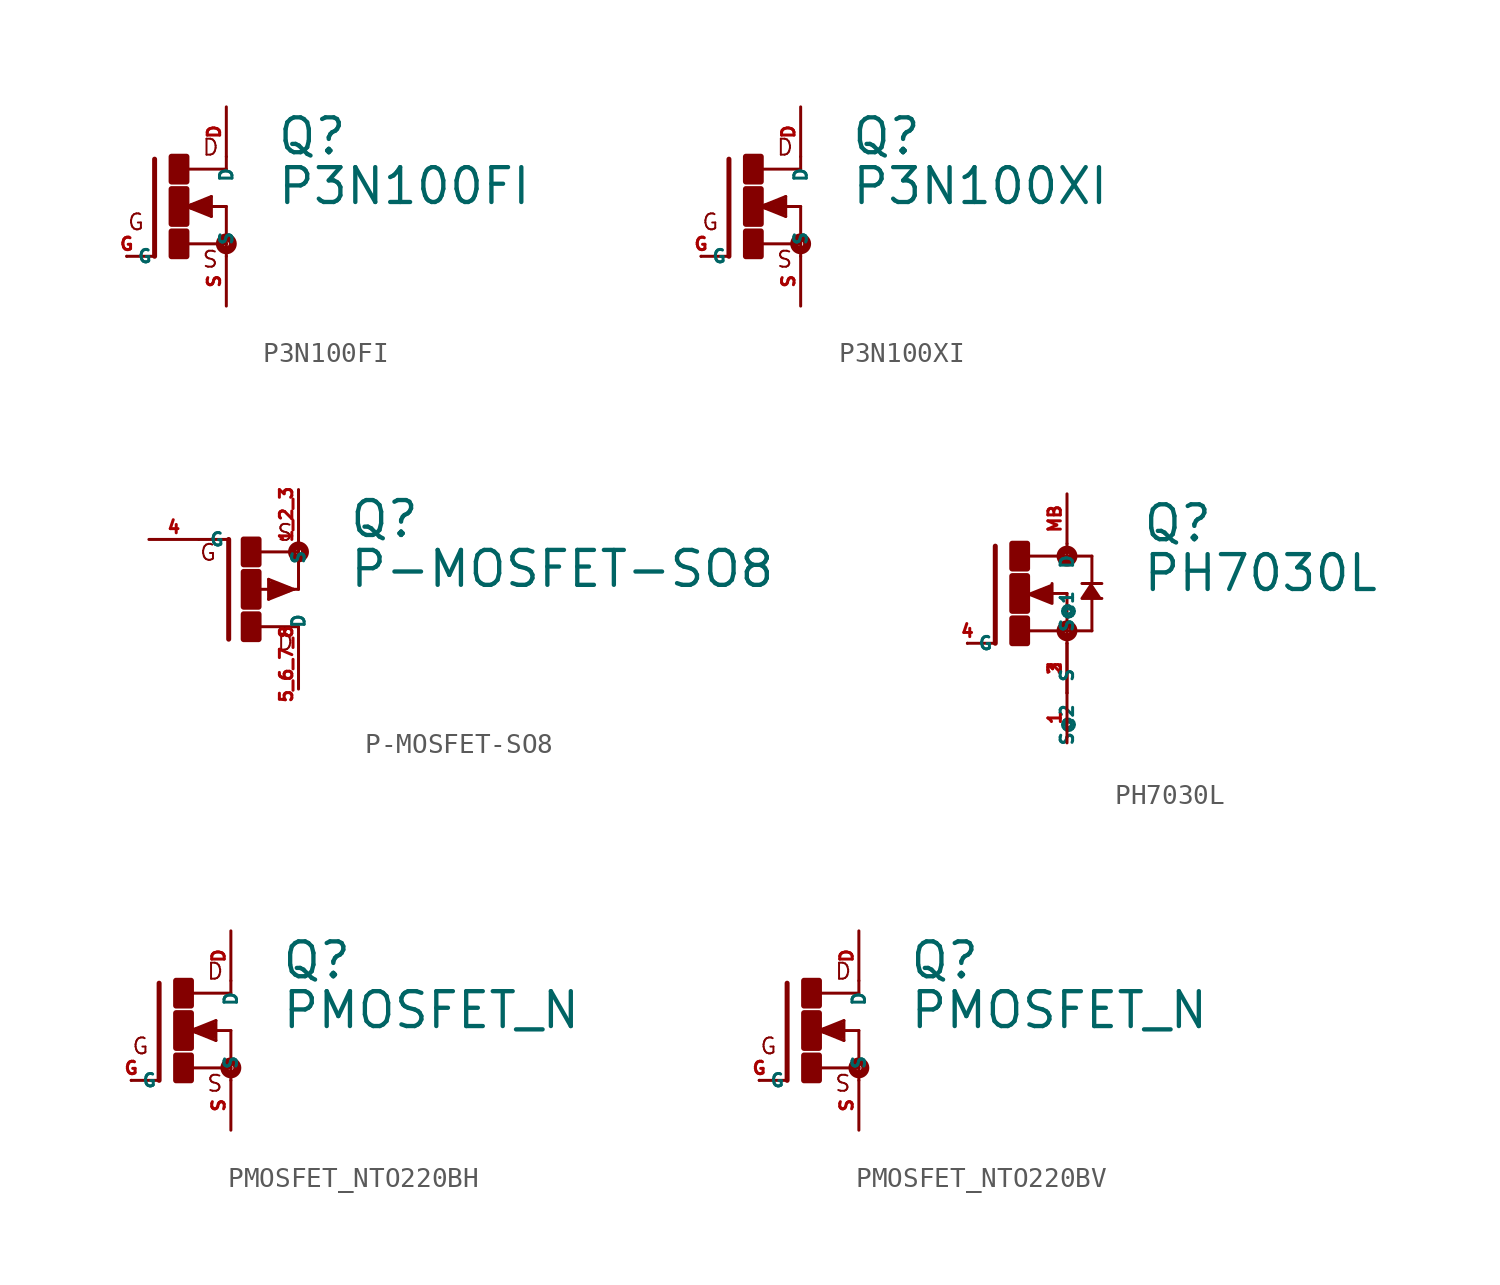
<source format=kicad_sym>
(kicad_symbol_lib
  (version 20220914)
  (generator Eagle2Kicad)
  (symbol "P3N100FI"
    (property "Reference" "Q"
      (at 5.08 2.54 0)
      (effects (font (size 1.778 1.778) (thickness 0.22)) (justify left bottom)))
    (property "Value" "P3N100FI"
      (at 5.08 0 0)
      (effects (font (size 1.778 1.778) (thickness 0.22)) (justify left bottom)))
    (polyline
      (pts (xy -1.118 2.413) (xy -1.118 -2.54))
      (stroke (width 0.254) (type default))
      (fill (type none)))
    (polyline
      (pts (xy -1.118 -2.54) (xy -2.54 -2.54))
      (stroke (width 0.152) (type default))
      (fill (type none)))
    (polyline
      (pts (xy 2.54 1.905) (xy 0.533 1.905))
      (stroke (width 0.152) (type default))
      (fill (type none)))
    (polyline
      (pts (xy 2.54 2.54) (xy 2.54 1.905))
      (stroke (width 0.152) (type default))
      (fill (type none)))
    (polyline
      (pts (xy 2.54 0) (xy 2.54 -1.905))
      (stroke (width 0.152) (type default))
      (fill (type none)))
    (polyline
      (pts (xy 0.508 -1.905) (xy 2.54 -1.905))
      (stroke (width 0.152) (type default))
      (fill (type none)))
    (polyline
      (pts (xy 2.54 -1.905) (xy 2.54 -2.54))
      (stroke (width 0.152) (type default))
      (fill (type none)))
    (polyline
      (pts (xy 0.508 0) (xy 1.778 -0.508))
      (stroke (width 0.152) (type default))
      (fill (type none)))
    (polyline
      (pts (xy 1.778 -0.508) (xy 1.778 0.508))
      (stroke (width 0.152) (type default))
      (fill (type none)))
    (polyline
      (pts (xy 1.778 0.508) (xy 0.508 0))
      (stroke (width 0.152) (type default))
      (fill (type none)))
    (polyline
      (pts (xy 1.651 0) (xy 2.54 0))
      (stroke (width 0.152) (type default))
      (fill (type none)))
    (polyline
      (pts (xy 1.651 0.254) (xy 0.762 0))
      (stroke (width 0.305) (type default))
      (fill (type none)))
    (polyline
      (pts (xy 0.762 0) (xy 1.651 -0.254))
      (stroke (width 0.305) (type default))
      (fill (type none)))
    (polyline
      (pts (xy 1.651 -0.254) (xy 1.651 0))
      (stroke (width 0.305) (type default))
      (fill (type none)))
    (polyline
      (pts (xy 1.651 0) (xy 1.397 0))
      (stroke (width 0.305) (type default))
      (fill (type none)))
    (text "D"
      (at 1.27 2.54 0)
      (effects (font (size 0.813 0.813) (thickness 0.10)) (justify left bottom)))
    (text "S"
      (at 1.27 -3.175 0)
      (effects (font (size 0.813 0.813) (thickness 0.10)) (justify left bottom)))
    (text "G"
      (at -2.54 -1.27 0)
      (effects (font (size 0.813 0.813) (thickness 0.10)) (justify left bottom)))
    (circle
      (center 2.54 -1.905)
      (radius 0.127)
      (stroke (width 0.406) (type default))
      (fill (type none)))
    (rectangle
      (start -0.254 -2.54)
      (end 0.508 -1.27)
      (stroke (width 0.3) (type default))
      (fill (type outline)))
    (rectangle
      (start -0.254 1.27)
      (end 0.508 2.54)
      (stroke (width 0.3) (type default))
      (fill (type outline)))
    (rectangle
      (start -0.254 -0.889)
      (end 0.508 0.889)
      (stroke (width 0.3) (type default))
      (fill (type outline)))
    (pin passive line
      (at -2.54 -2.54 0)
      (length 0)
      (name "G" (effects (font (size 0.635 0.635) (thickness 0.08)) (justify left bottom)))
      (number "G" (effects (font (size 0.635 0.635) (thickness 0.08)) (justify left bottom))))
    (pin passive line
      (at 2.54 5.08 270)
      (length 2.54)
      (name "D" (effects (font (size 0.635 0.635) (thickness 0.08)) (justify left bottom)))
      (number "D" (effects (font (size 0.635 0.635) (thickness 0.08)) (justify left bottom))))
    (pin passive line
      (at 2.54 -5.08 90)
      (length 2.54)
      (name "S" (effects (font (size 0.635 0.635) (thickness 0.08)) (justify left bottom)))
      (number "S" (effects (font (size 0.635 0.635) (thickness 0.08)) (justify left bottom)))))
  (symbol "P3N100XI"
    (property "Reference" "Q"
      (at 5.08 2.54 0)
      (effects (font (size 1.778 1.778) (thickness 0.22)) (justify left bottom)))
    (property "Value" "P3N100XI"
      (at 5.08 0 0)
      (effects (font (size 1.778 1.778) (thickness 0.22)) (justify left bottom)))
    (polyline
      (pts (xy -1.118 2.413) (xy -1.118 -2.54))
      (stroke (width 0.254) (type default))
      (fill (type none)))
    (polyline
      (pts (xy -1.118 -2.54) (xy -2.54 -2.54))
      (stroke (width 0.152) (type default))
      (fill (type none)))
    (polyline
      (pts (xy 2.54 1.905) (xy 0.533 1.905))
      (stroke (width 0.152) (type default))
      (fill (type none)))
    (polyline
      (pts (xy 2.54 2.54) (xy 2.54 1.905))
      (stroke (width 0.152) (type default))
      (fill (type none)))
    (polyline
      (pts (xy 2.54 0) (xy 2.54 -1.905))
      (stroke (width 0.152) (type default))
      (fill (type none)))
    (polyline
      (pts (xy 0.508 -1.905) (xy 2.54 -1.905))
      (stroke (width 0.152) (type default))
      (fill (type none)))
    (polyline
      (pts (xy 2.54 -1.905) (xy 2.54 -2.54))
      (stroke (width 0.152) (type default))
      (fill (type none)))
    (polyline
      (pts (xy 0.508 0) (xy 1.778 -0.508))
      (stroke (width 0.152) (type default))
      (fill (type none)))
    (polyline
      (pts (xy 1.778 -0.508) (xy 1.778 0.508))
      (stroke (width 0.152) (type default))
      (fill (type none)))
    (polyline
      (pts (xy 1.778 0.508) (xy 0.508 0))
      (stroke (width 0.152) (type default))
      (fill (type none)))
    (polyline
      (pts (xy 1.651 0) (xy 2.54 0))
      (stroke (width 0.152) (type default))
      (fill (type none)))
    (polyline
      (pts (xy 1.651 0.254) (xy 0.762 0))
      (stroke (width 0.305) (type default))
      (fill (type none)))
    (polyline
      (pts (xy 0.762 0) (xy 1.651 -0.254))
      (stroke (width 0.305) (type default))
      (fill (type none)))
    (polyline
      (pts (xy 1.651 -0.254) (xy 1.651 0))
      (stroke (width 0.305) (type default))
      (fill (type none)))
    (polyline
      (pts (xy 1.651 0) (xy 1.397 0))
      (stroke (width 0.305) (type default))
      (fill (type none)))
    (text "D"
      (at 1.27 2.54 0)
      (effects (font (size 0.813 0.813) (thickness 0.10)) (justify left bottom)))
    (text "S"
      (at 1.27 -3.175 0)
      (effects (font (size 0.813 0.813) (thickness 0.10)) (justify left bottom)))
    (text "G"
      (at -2.54 -1.27 0)
      (effects (font (size 0.813 0.813) (thickness 0.10)) (justify left bottom)))
    (circle
      (center 2.54 -1.905)
      (radius 0.127)
      (stroke (width 0.406) (type default))
      (fill (type none)))
    (rectangle
      (start -0.254 -2.54)
      (end 0.508 -1.27)
      (stroke (width 0.3) (type default))
      (fill (type outline)))
    (rectangle
      (start -0.254 1.27)
      (end 0.508 2.54)
      (stroke (width 0.3) (type default))
      (fill (type outline)))
    (rectangle
      (start -0.254 -0.889)
      (end 0.508 0.889)
      (stroke (width 0.3) (type default))
      (fill (type outline)))
    (pin passive line
      (at -2.54 -2.54 0)
      (length 0)
      (name "G" (effects (font (size 0.635 0.635) (thickness 0.08)) (justify left bottom)))
      (number "G" (effects (font (size 0.635 0.635) (thickness 0.08)) (justify left bottom))))
    (pin passive line
      (at 2.54 5.08 270)
      (length 2.54)
      (name "D" (effects (font (size 0.635 0.635) (thickness 0.08)) (justify left bottom)))
      (number "D" (effects (font (size 0.635 0.635) (thickness 0.08)) (justify left bottom))))
    (pin passive line
      (at 2.54 -5.08 90)
      (length 2.54)
      (name "S" (effects (font (size 0.635 0.635) (thickness 0.08)) (justify left bottom)))
      (number "S" (effects (font (size 0.635 0.635) (thickness 0.08)) (justify left bottom)))))
  (symbol "P-MOSFET-SO8"
    (property "Reference" "Q"
      (at 5.08 2.54 0)
      (effects (font (size 1.778 1.778) (thickness 0.22)) (justify left bottom)))
    (property "Value" "P-MOSFET-SO8"
      (at 5.08 0 0)
      (effects (font (size 1.778 1.778) (thickness 0.22)) (justify left bottom)))
    (polyline
      (pts (xy -1.016 2.54) (xy -1.016 -2.54))
      (stroke (width 0.254) (type default))
      (fill (type none)))
    (polyline
      (pts (xy 2.54 -1.905) (xy 0.533 -1.905))
      (stroke (width 0.152) (type default))
      (fill (type none)))
    (polyline
      (pts (xy 2.54 -2.54) (xy 2.54 -1.905))
      (stroke (width 0.152) (type default))
      (fill (type none)))
    (polyline
      (pts (xy 2.235 0) (xy 2.286 0))
      (stroke (width 0.152) (type default))
      (fill (type none)))
    (polyline
      (pts (xy 2.286 0) (xy 2.54 0))
      (stroke (width 0.152) (type default))
      (fill (type none)))
    (polyline
      (pts (xy 2.54 2.54) (xy 2.54 1.905))
      (stroke (width 0.152) (type default))
      (fill (type none)))
    (polyline
      (pts (xy 2.54 1.905) (xy 0.508 1.905))
      (stroke (width 0.152) (type default))
      (fill (type none)))
    (polyline
      (pts (xy -1.016 2.54) (xy -2.54 2.54))
      (stroke (width 0.152) (type default))
      (fill (type none)))
    (polyline
      (pts (xy 2.286 0) (xy 1.016 -0.508))
      (stroke (width 0.152) (type default))
      (fill (type none)))
    (polyline
      (pts (xy 1.016 -0.508) (xy 1.016 0.508))
      (stroke (width 0.152) (type default))
      (fill (type none)))
    (polyline
      (pts (xy 1.016 0.508) (xy 2.286 0))
      (stroke (width 0.152) (type default))
      (fill (type none)))
    (polyline
      (pts (xy 1.143 0) (xy 0.254 0))
      (stroke (width 0.152) (type default))
      (fill (type none)))
    (polyline
      (pts (xy 1.143 0.254) (xy 2.032 0))
      (stroke (width 0.305) (type default))
      (fill (type none)))
    (polyline
      (pts (xy 2.032 0) (xy 1.143 -0.254))
      (stroke (width 0.305) (type default))
      (fill (type none)))
    (polyline
      (pts (xy 1.143 -0.254) (xy 1.143 0))
      (stroke (width 0.305) (type default))
      (fill (type none)))
    (polyline
      (pts (xy 1.143 0) (xy 1.397 0))
      (stroke (width 0.305) (type default))
      (fill (type none)))
    (polyline
      (pts (xy 2.54 0) (xy 2.54 1.905))
      (stroke (width 0.152) (type default))
      (fill (type none)))
    (text "D"
      (at 1.397 -3.175 0)
      (effects (font (size 0.813 0.813) (thickness 0.10)) (justify left bottom)))
    (text "S"
      (at 1.397 2.413 0)
      (effects (font (size 0.813 0.813) (thickness 0.10)) (justify left bottom)))
    (text "G"
      (at -2.54 1.397 0)
      (effects (font (size 0.813 0.813) (thickness 0.10)) (justify left bottom)))
    (circle
      (center 2.54 1.905)
      (radius 0.127)
      (stroke (width 0.406) (type default))
      (fill (type none)))
    (rectangle
      (start -0.254 1.27)
      (end 0.508 2.54)
      (stroke (width 0.3) (type default))
      (fill (type outline)))
    (rectangle
      (start -0.254 -2.54)
      (end 0.508 -1.27)
      (stroke (width 0.3) (type default))
      (fill (type outline)))
    (rectangle
      (start -0.254 -0.889)
      (end 0.508 0.889)
      (stroke (width 0.3) (type default))
      (fill (type outline)))
    (pin passive line
      (at -5.08 2.54 0)
      (length 2.54)
      (name "G" (effects (font (size 0.635 0.635) (thickness 0.08)) (justify left bottom)))
      (number "4" (effects (font (size 0.635 0.635) (thickness 0.08)) (justify left bottom))))
    (pin passive line
      (at 2.54 -5.08 90)
      (length 2.54)
      (name "D" (effects (font (size 0.635 0.635) (thickness 0.08)) (justify left bottom)))
      (number "5 6 7 8" (effects (font (size 0.635 0.635) (thickness 0.08)) (justify left bottom))))
    (pin passive line
      (at 2.54 5.08 270)
      (length 2.54)
      (name "S" (effects (font (size 0.635 0.635) (thickness 0.08)) (justify left bottom)))
      (number "1 2 3" (effects (font (size 0.635 0.635) (thickness 0.08)) (justify left bottom)))))
  (symbol "PH7030L"
    (property "Reference" "Q"
      (at 6.35 2.54 0)
      (effects (font (size 1.778 1.778) (thickness 0.22)) (justify left bottom)))
    (property "Value" "PH7030L"
      (at 6.35 0 0)
      (effects (font (size 1.778 1.778) (thickness 0.22)) (justify left bottom)))
    (polyline
      (pts (xy 0.508 0) (xy 1.778 -0.508) (xy 1.778 0.508))
      (stroke (width 0.152) (type default))
      (fill (type outline)))
    (polyline
      (pts (xy 3.81 0.508) (xy 3.302 -0.254) (xy 4.318 -0.254))
      (stroke (width 0.152) (type default))
      (fill (type outline)))
    (polyline
      (pts (xy -1.118 2.413) (xy -1.118 -2.54))
      (stroke (width 0.254) (type default))
      (fill (type none)))
    (polyline
      (pts (xy -1.118 -2.54) (xy -2.54 -2.54))
      (stroke (width 0.152) (type default))
      (fill (type none)))
    (polyline
      (pts (xy 2.54 2.54) (xy 2.54 1.905))
      (stroke (width 0.152) (type default))
      (fill (type none)))
    (polyline
      (pts (xy 2.54 0) (xy 2.54 -1.905))
      (stroke (width 0.152) (type default))
      (fill (type none)))
    (polyline
      (pts (xy 0.508 -1.905) (xy 2.54 -1.905))
      (stroke (width 0.152) (type default))
      (fill (type none)))
    (polyline
      (pts (xy 2.54 -1.905) (xy 2.54 -2.54))
      (stroke (width 0.152) (type default))
      (fill (type none)))
    (polyline
      (pts (xy 1.651 0) (xy 2.54 0))
      (stroke (width 0.152) (type default))
      (fill (type none)))
    (polyline
      (pts (xy 3.302 0.508) (xy 3.81 0.508))
      (stroke (width 0.152) (type default))
      (fill (type none)))
    (polyline
      (pts (xy 3.81 0.508) (xy 4.318 0.508))
      (stroke (width 0.152) (type default))
      (fill (type none)))
    (polyline
      (pts (xy 3.81 1.905) (xy 2.54 1.905))
      (stroke (width 0.152) (type default))
      (fill (type none)))
    (polyline
      (pts (xy 2.54 1.905) (xy 0.533 1.905))
      (stroke (width 0.152) (type default))
      (fill (type none)))
    (polyline
      (pts (xy 3.81 0.508) (xy 3.81 1.905))
      (stroke (width 0.152) (type default))
      (fill (type none)))
    (polyline
      (pts (xy 3.81 -1.905) (xy 3.81 -0.127))
      (stroke (width 0.152) (type default))
      (fill (type none)))
    (polyline
      (pts (xy 3.81 -1.905) (xy 2.54 -1.905))
      (stroke (width 0.152) (type default))
      (fill (type none)))
    (circle
      (center 2.54 -1.905)
      (radius 0.127)
      (stroke (width 0.406) (type default))
      (fill (type none)))
    (circle
      (center 2.54 1.905)
      (radius 0.127)
      (stroke (width 0.406) (type default))
      (fill (type none)))
    (rectangle
      (start -0.254 -2.54)
      (end 0.508 -1.27)
      (stroke (width 0.3) (type default))
      (fill (type outline)))
    (rectangle
      (start -0.254 1.27)
      (end 0.508 2.54)
      (stroke (width 0.3) (type default))
      (fill (type outline)))
    (rectangle
      (start -0.254 -0.889)
      (end 0.508 0.889)
      (stroke (width 0.3) (type default))
      (fill (type outline)))
    (pin passive line
      (at -2.54 -2.54 0)
      (length 0)
      (name "G" (effects (font (size 0.635 0.635) (thickness 0.08)) (justify left bottom)))
      (number "4" (effects (font (size 0.635 0.635) (thickness 0.08)) (justify left bottom))))
    (pin passive line
      (at 2.54 5.08 270)
      (length 2.54)
      (name "D" (effects (font (size 0.635 0.635) (thickness 0.08)) (justify left bottom)))
      (number "MB" (effects (font (size 0.635 0.635) (thickness 0.08)) (justify left bottom))))
    (pin passive line
      (at 2.54 -7.62 90)
      (length 2.54)
      (name "S" (effects (font (size 0.635 0.635) (thickness 0.08)) (justify left bottom)))
      (number "1" (effects (font (size 0.635 0.635) (thickness 0.08)) (justify left bottom))))
    (pin passive line
      (at 2.54 -5.08 90)
      (length 2.54)
      (name "S@1" (effects (font (size 0.635 0.635) (thickness 0.08)) (justify left bottom)))
      (number "2" (effects (font (size 0.635 0.635) (thickness 0.08)) (justify left bottom))))
    (pin passive line
      (at 2.54 -2.54 270)
      (length 2.54)
      (name "S@2" (effects (font (size 0.635 0.635) (thickness 0.08)) (justify left bottom)))
      (number "3" (effects (font (size 0.635 0.635) (thickness 0.08)) (justify left bottom)))))
  (symbol "PMOSFET_NTO220BH"
    (property "Reference" "Q"
      (at 5.08 2.54 0)
      (effects (font (size 1.778 1.778) (thickness 0.22)) (justify left bottom)))
    (property "Value" "PMOSFET_N"
      (at 5.08 0 0)
      (effects (font (size 1.778 1.778) (thickness 0.22)) (justify left bottom)))
    (polyline
      (pts (xy -1.118 2.413) (xy -1.118 -2.54))
      (stroke (width 0.254) (type default))
      (fill (type none)))
    (polyline
      (pts (xy -1.118 -2.54) (xy -2.54 -2.54))
      (stroke (width 0.152) (type default))
      (fill (type none)))
    (polyline
      (pts (xy 2.54 1.905) (xy 0.533 1.905))
      (stroke (width 0.152) (type default))
      (fill (type none)))
    (polyline
      (pts (xy 2.54 2.54) (xy 2.54 1.905))
      (stroke (width 0.152) (type default))
      (fill (type none)))
    (polyline
      (pts (xy 2.54 0) (xy 2.54 -1.905))
      (stroke (width 0.152) (type default))
      (fill (type none)))
    (polyline
      (pts (xy 0.508 -1.905) (xy 2.54 -1.905))
      (stroke (width 0.152) (type default))
      (fill (type none)))
    (polyline
      (pts (xy 2.54 -1.905) (xy 2.54 -2.54))
      (stroke (width 0.152) (type default))
      (fill (type none)))
    (polyline
      (pts (xy 0.508 0) (xy 1.778 -0.508))
      (stroke (width 0.152) (type default))
      (fill (type none)))
    (polyline
      (pts (xy 1.778 -0.508) (xy 1.778 0.508))
      (stroke (width 0.152) (type default))
      (fill (type none)))
    (polyline
      (pts (xy 1.778 0.508) (xy 0.508 0))
      (stroke (width 0.152) (type default))
      (fill (type none)))
    (polyline
      (pts (xy 1.651 0) (xy 2.54 0))
      (stroke (width 0.152) (type default))
      (fill (type none)))
    (polyline
      (pts (xy 1.651 0.254) (xy 0.762 0))
      (stroke (width 0.305) (type default))
      (fill (type none)))
    (polyline
      (pts (xy 0.762 0) (xy 1.651 -0.254))
      (stroke (width 0.305) (type default))
      (fill (type none)))
    (polyline
      (pts (xy 1.651 -0.254) (xy 1.651 0))
      (stroke (width 0.305) (type default))
      (fill (type none)))
    (polyline
      (pts (xy 1.651 0) (xy 1.397 0))
      (stroke (width 0.305) (type default))
      (fill (type none)))
    (text "D"
      (at 1.27 2.54 0)
      (effects (font (size 0.813 0.813) (thickness 0.10)) (justify left bottom)))
    (text "S"
      (at 1.27 -3.175 0)
      (effects (font (size 0.813 0.813) (thickness 0.10)) (justify left bottom)))
    (text "G"
      (at -2.54 -1.27 0)
      (effects (font (size 0.813 0.813) (thickness 0.10)) (justify left bottom)))
    (circle
      (center 2.54 -1.905)
      (radius 0.127)
      (stroke (width 0.406) (type default))
      (fill (type none)))
    (rectangle
      (start -0.254 -2.54)
      (end 0.508 -1.27)
      (stroke (width 0.3) (type default))
      (fill (type outline)))
    (rectangle
      (start -0.254 1.27)
      (end 0.508 2.54)
      (stroke (width 0.3) (type default))
      (fill (type outline)))
    (rectangle
      (start -0.254 -0.889)
      (end 0.508 0.889)
      (stroke (width 0.3) (type default))
      (fill (type outline)))
    (pin passive line
      (at -2.54 -2.54 0)
      (length 0)
      (name "G" (effects (font (size 0.635 0.635) (thickness 0.08)) (justify left bottom)))
      (number "G" (effects (font (size 0.635 0.635) (thickness 0.08)) (justify left bottom))))
    (pin passive line
      (at 2.54 5.08 270)
      (length 2.54)
      (name "D" (effects (font (size 0.635 0.635) (thickness 0.08)) (justify left bottom)))
      (number "D" (effects (font (size 0.635 0.635) (thickness 0.08)) (justify left bottom))))
    (pin passive line
      (at 2.54 -5.08 90)
      (length 2.54)
      (name "S" (effects (font (size 0.635 0.635) (thickness 0.08)) (justify left bottom)))
      (number "S" (effects (font (size 0.635 0.635) (thickness 0.08)) (justify left bottom)))))
  (symbol "PMOSFET_NTO220BV"
    (property "Reference" "Q"
      (at 5.08 2.54 0)
      (effects (font (size 1.778 1.778) (thickness 0.22)) (justify left bottom)))
    (property "Value" "PMOSFET_N"
      (at 5.08 0 0)
      (effects (font (size 1.778 1.778) (thickness 0.22)) (justify left bottom)))
    (polyline
      (pts (xy -1.118 2.413) (xy -1.118 -2.54))
      (stroke (width 0.254) (type default))
      (fill (type none)))
    (polyline
      (pts (xy -1.118 -2.54) (xy -2.54 -2.54))
      (stroke (width 0.152) (type default))
      (fill (type none)))
    (polyline
      (pts (xy 2.54 1.905) (xy 0.533 1.905))
      (stroke (width 0.152) (type default))
      (fill (type none)))
    (polyline
      (pts (xy 2.54 2.54) (xy 2.54 1.905))
      (stroke (width 0.152) (type default))
      (fill (type none)))
    (polyline
      (pts (xy 2.54 0) (xy 2.54 -1.905))
      (stroke (width 0.152) (type default))
      (fill (type none)))
    (polyline
      (pts (xy 0.508 -1.905) (xy 2.54 -1.905))
      (stroke (width 0.152) (type default))
      (fill (type none)))
    (polyline
      (pts (xy 2.54 -1.905) (xy 2.54 -2.54))
      (stroke (width 0.152) (type default))
      (fill (type none)))
    (polyline
      (pts (xy 0.508 0) (xy 1.778 -0.508))
      (stroke (width 0.152) (type default))
      (fill (type none)))
    (polyline
      (pts (xy 1.778 -0.508) (xy 1.778 0.508))
      (stroke (width 0.152) (type default))
      (fill (type none)))
    (polyline
      (pts (xy 1.778 0.508) (xy 0.508 0))
      (stroke (width 0.152) (type default))
      (fill (type none)))
    (polyline
      (pts (xy 1.651 0) (xy 2.54 0))
      (stroke (width 0.152) (type default))
      (fill (type none)))
    (polyline
      (pts (xy 1.651 0.254) (xy 0.762 0))
      (stroke (width 0.305) (type default))
      (fill (type none)))
    (polyline
      (pts (xy 0.762 0) (xy 1.651 -0.254))
      (stroke (width 0.305) (type default))
      (fill (type none)))
    (polyline
      (pts (xy 1.651 -0.254) (xy 1.651 0))
      (stroke (width 0.305) (type default))
      (fill (type none)))
    (polyline
      (pts (xy 1.651 0) (xy 1.397 0))
      (stroke (width 0.305) (type default))
      (fill (type none)))
    (text "D"
      (at 1.27 2.54 0)
      (effects (font (size 0.813 0.813) (thickness 0.10)) (justify left bottom)))
    (text "S"
      (at 1.27 -3.175 0)
      (effects (font (size 0.813 0.813) (thickness 0.10)) (justify left bottom)))
    (text "G"
      (at -2.54 -1.27 0)
      (effects (font (size 0.813 0.813) (thickness 0.10)) (justify left bottom)))
    (circle
      (center 2.54 -1.905)
      (radius 0.127)
      (stroke (width 0.406) (type default))
      (fill (type none)))
    (rectangle
      (start -0.254 -2.54)
      (end 0.508 -1.27)
      (stroke (width 0.3) (type default))
      (fill (type outline)))
    (rectangle
      (start -0.254 1.27)
      (end 0.508 2.54)
      (stroke (width 0.3) (type default))
      (fill (type outline)))
    (rectangle
      (start -0.254 -0.889)
      (end 0.508 0.889)
      (stroke (width 0.3) (type default))
      (fill (type outline)))
    (pin passive line
      (at -2.54 -2.54 0)
      (length 0)
      (name "G" (effects (font (size 0.635 0.635) (thickness 0.08)) (justify left bottom)))
      (number "G" (effects (font (size 0.635 0.635) (thickness 0.08)) (justify left bottom))))
    (pin passive line
      (at 2.54 5.08 270)
      (length 2.54)
      (name "D" (effects (font (size 0.635 0.635) (thickness 0.08)) (justify left bottom)))
      (number "D" (effects (font (size 0.635 0.635) (thickness 0.08)) (justify left bottom))))
    (pin passive line
      (at 2.54 -5.08 90)
      (length 2.54)
      (name "S" (effects (font (size 0.635 0.635) (thickness 0.08)) (justify left bottom)))
      (number "S" (effects (font (size 0.635 0.635) (thickness 0.08)) (justify left bottom))))))
</source>
